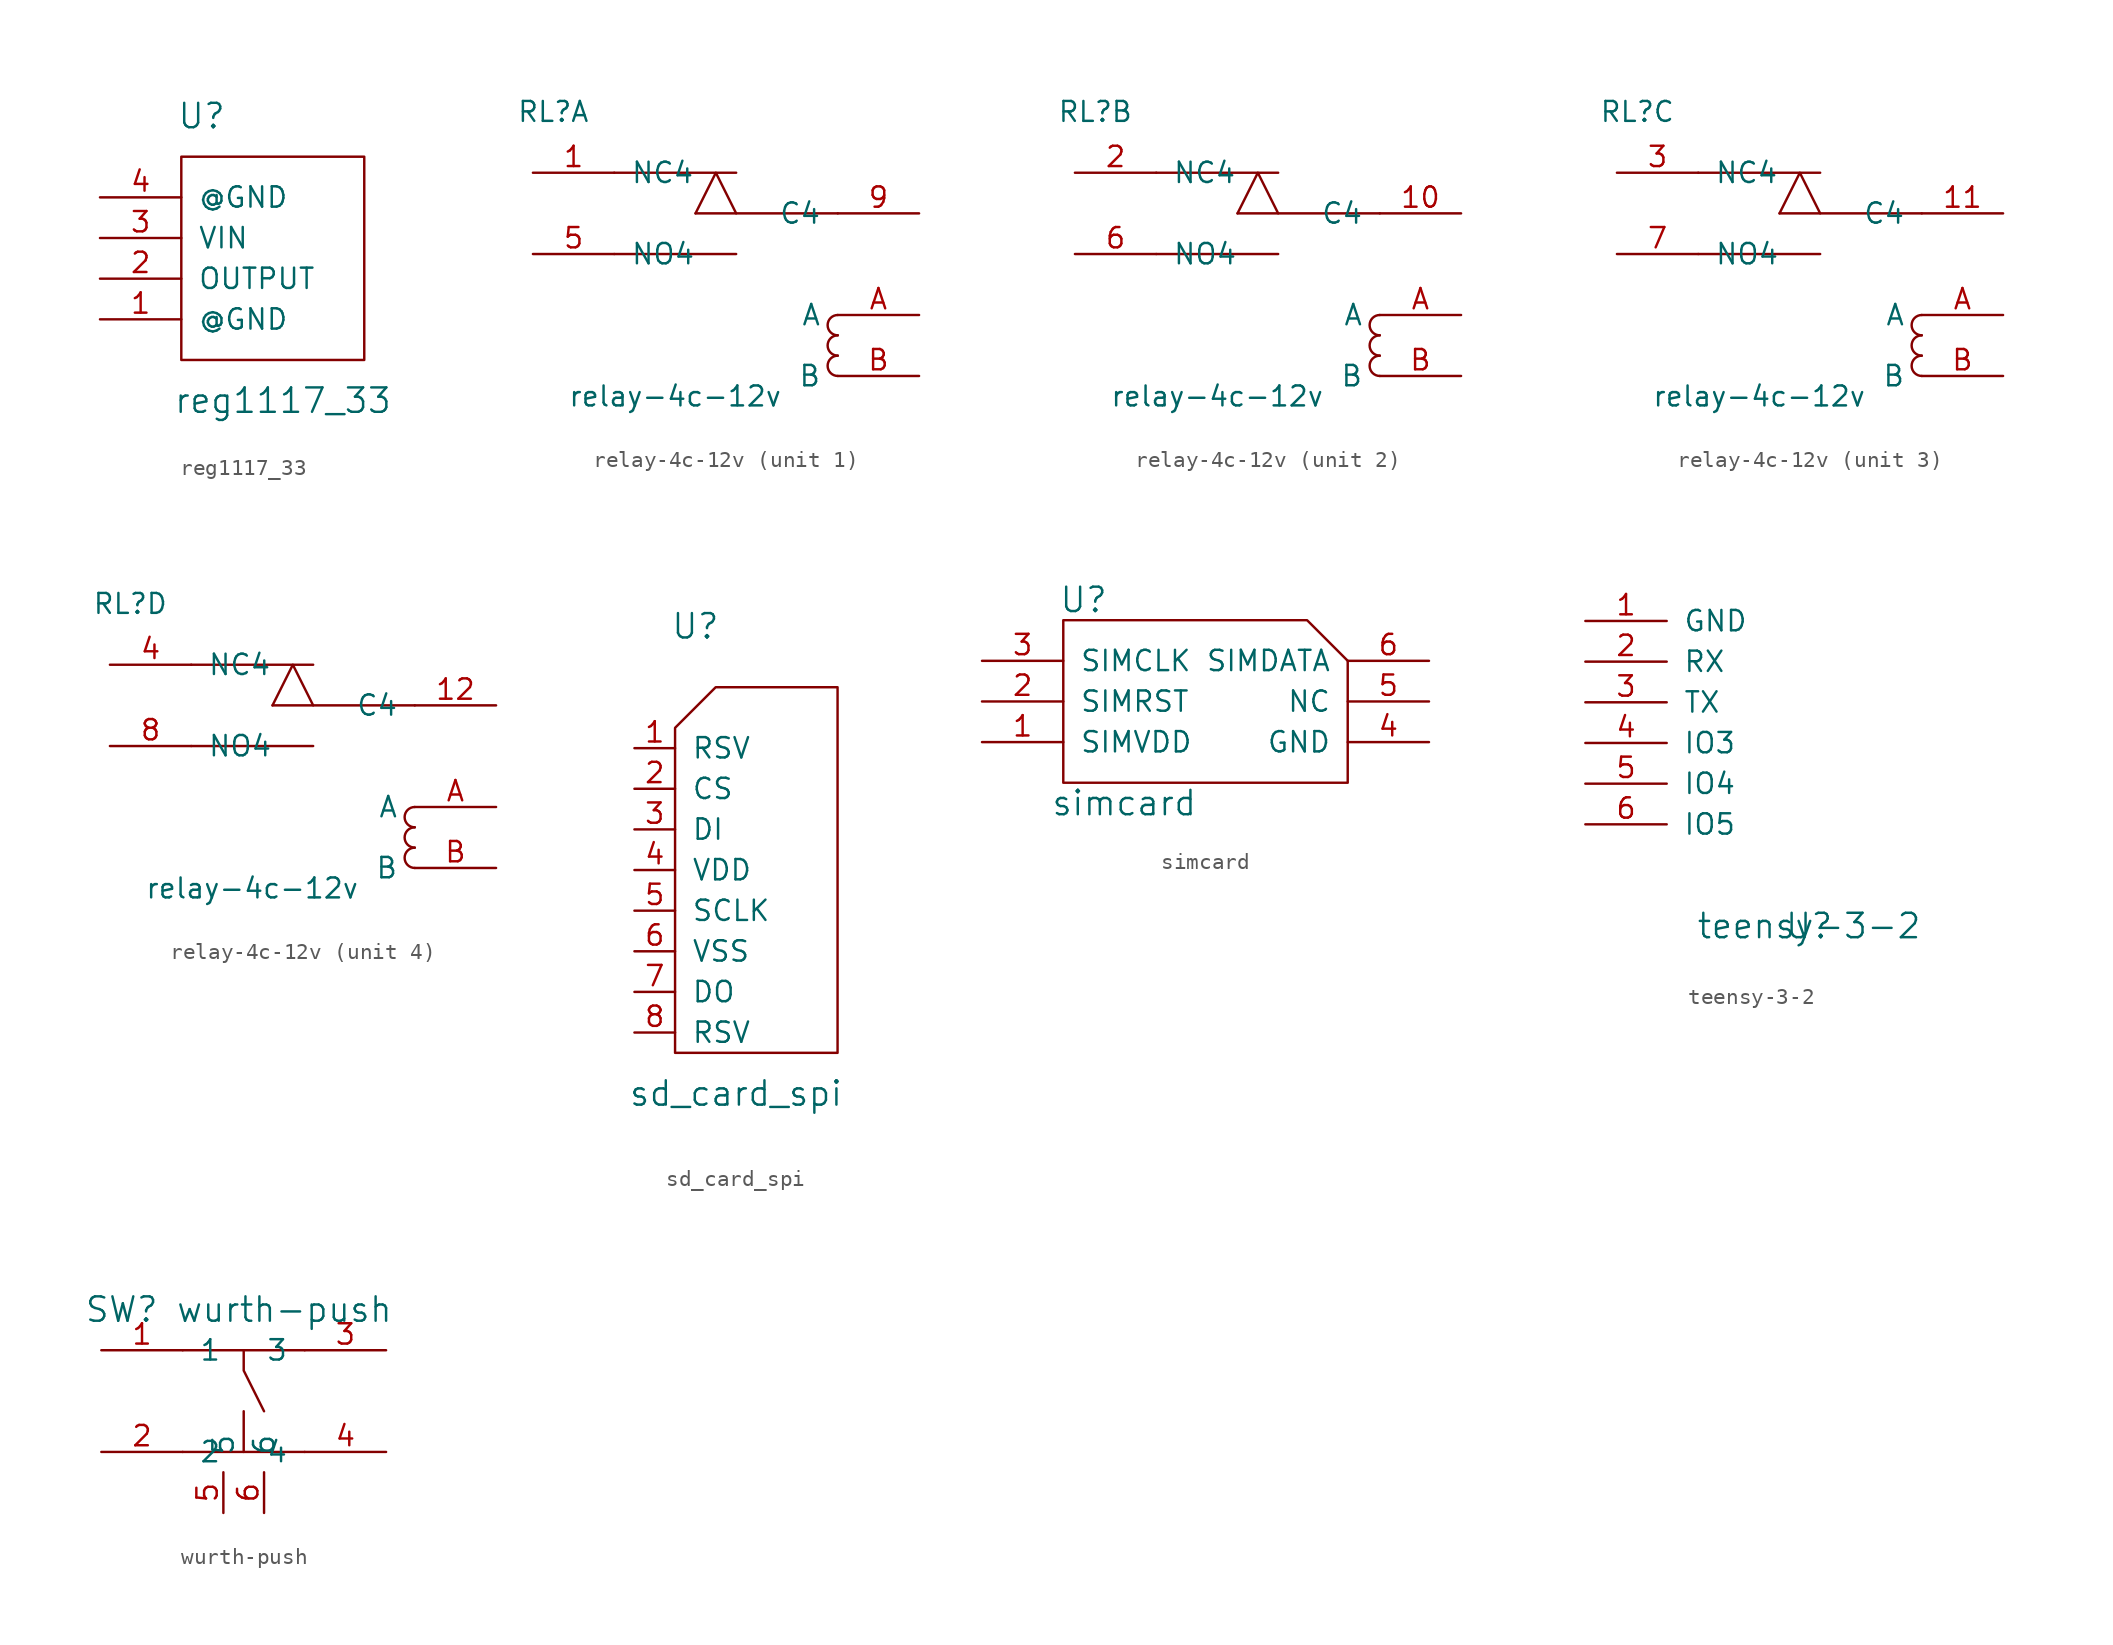
<source format=kicad_sym>
(kicad_symbol_lib
  (version 20211014)
  (generator kicad_symbol_editor)
  (symbol "reg1117_33"
    (pin_names
      (offset 1.016))
    (property "Reference" "U"
      (at -3.81 8.89 0)
      (effects (font (size 1.524 1.524))))
    (property "Value" "reg1117_33"
      (at 1.27 -8.89 0)
      (effects (font (size 1.524 1.524))))
    (property "Footprint" ""
      (at -2.54 -7.62 0)
      (effects (font (size 1.524 1.524))))
    (property "Datasheet" ""
      (at -2.54 -7.62 0)
      (effects (font (size 1.524 1.524))))
    (symbol "reg1117_33_0_1"
      (rectangle (start -5.08 6.35) (end 6.35 -6.35) (stroke (width 0) (type default) (color 0 0 0 0)) (fill (type none))))
    (symbol "reg1117_33_1_1"
      (pin power_in line (at -10.16 -3.81 0) (length 5.08) (name "@GND" (effects (font (size 1.27 1.27)))) (number "1" (effects (font (size 1.27 1.27)))))
      (pin output line (at -10.16 -1.27 0) (length 5.08) (name "OUTPUT" (effects (font (size 1.27 1.27)))) (number "2" (effects (font (size 1.27 1.27)))))
      (pin power_in line (at -10.16 1.27 0) (length 5.08) (name "VIN" (effects (font (size 1.27 1.27)))) (number "3" (effects (font (size 1.27 1.27)))))
      (pin power_in line (at -10.16 3.81 0) (length 5.08) (name "@GND" (effects (font (size 1.27 1.27)))) (number "4" (effects (font (size 1.27 1.27)))))))
  (symbol "relay-4c-12v"
    (pin_names
      (offset 1.016))
    (property "Reference" "RL"
      (at -10.16 16.51 0)
      (effects (font (size 1.245 1.245))))
    (property "Value" "relay-4c-12v"
      (at -2.54 -1.27 0)
      (effects (font (size 1.245 1.245))))
    (symbol "relay-4c-12v_0_1"
      (polyline (pts (xy -6.35 7.62) (xy 1.27 7.62)) (stroke (width 0) (type default) (color 0 0 0 0)) (fill (type none)))
      (polyline (pts (xy -6.35 12.7) (xy 1.27 12.7)) (stroke (width 0) (type default) (color 0 0 0 0)) (fill (type none)))
      (polyline (pts (xy 7.62 10.16) (xy -1.27 10.16)) (stroke (width 0) (type default) (color 0 0 0 0)) (fill (type none)))
      (polyline (pts (xy -1.27 10.16) (xy 0 12.7) (xy 1.27 10.16)) (stroke (width 0) (type default) (color 0 0 0 0)) (fill (type none)))
      (arc (start 7.62 1.27) (mid 6.985 0.635) (end 7.62 0) (stroke (width 0) (type default) (color 0 0 0 0)) (fill (type none)))
      (arc (start 7.62 2.54) (mid 6.985 1.905) (end 7.62 1.27) (stroke (width 0) (type default) (color 0 0 0 0)) (fill (type none)))
      (arc (start 7.62 3.81) (mid 6.985 3.175) (end 7.62 2.54) (stroke (width 0) (type default) (color 0 0 0 0)) (fill (type none)))
      (pin input line (at 12.7 3.81 180) (length 5.08) (name "A" (effects (font (size 1.27 1.27)))) (number "A" (effects (font (size 1.27 1.27)))))
      (pin input line (at 12.7 0 180) (length 5.08) (name "B" (effects (font (size 1.27 1.27)))) (number "B" (effects (font (size 1.27 1.27))))))
    (symbol "relay-4c-12v_1_1"
      (pin output line (at -11.43 12.7 0) (length 5.08) (name "NC4" (effects (font (size 1.27 1.27)))) (number "1" (effects (font (size 1.27 1.27)))))
      (pin output line (at -11.43 7.62 0) (length 5.08) (name "NO4" (effects (font (size 1.27 1.27)))) (number "5" (effects (font (size 1.27 1.27)))))
      (pin input line (at 12.7 10.16 180) (length 5.08) (name "C4" (effects (font (size 1.27 1.27)))) (number "9" (effects (font (size 1.27 1.27))))))
    (symbol "relay-4c-12v_2_1"
      (pin input line (at 12.7 10.16 180) (length 5.08) (name "C4" (effects (font (size 1.27 1.27)))) (number "10" (effects (font (size 1.27 1.27)))))
      (pin output line (at -11.43 12.7 0) (length 5.08) (name "NC4" (effects (font (size 1.27 1.27)))) (number "2" (effects (font (size 1.27 1.27)))))
      (pin output line (at -11.43 7.62 0) (length 5.08) (name "NO4" (effects (font (size 1.27 1.27)))) (number "6" (effects (font (size 1.27 1.27))))))
    (symbol "relay-4c-12v_3_1"
      (pin input line (at 12.7 10.16 180) (length 5.08) (name "C4" (effects (font (size 1.27 1.27)))) (number "11" (effects (font (size 1.27 1.27)))))
      (pin output line (at -11.43 12.7 0) (length 5.08) (name "NC4" (effects (font (size 1.27 1.27)))) (number "3" (effects (font (size 1.27 1.27)))))
      (pin output line (at -11.43 7.62 0) (length 5.08) (name "NO4" (effects (font (size 1.27 1.27)))) (number "7" (effects (font (size 1.27 1.27))))))
    (symbol "relay-4c-12v_4_1"
      (pin input line (at 12.7 10.16 180) (length 5.08) (name "C4" (effects (font (size 1.27 1.27)))) (number "12" (effects (font (size 1.27 1.27)))))
      (pin output line (at -11.43 12.7 0) (length 5.08) (name "NC4" (effects (font (size 1.27 1.27)))) (number "4" (effects (font (size 1.27 1.27)))))
      (pin output line (at -11.43 7.62 0) (length 5.08) (name "NO4" (effects (font (size 1.27 1.27)))) (number "8" (effects (font (size 1.27 1.27)))))))
  (symbol "sd_card_spi"
    (pin_names
      (offset 1.016))
    (property "Reference" "U"
      (at -3.81 26.67 0)
      (effects (font (size 1.524 1.524))))
    (property "Value" "sd_card_spi"
      (at -1.27 -2.54 0)
      (effects (font (size 1.524 1.524))))
    (symbol "sd_card_spi_0_1"
      (polyline (pts (xy -5.08 20.32) (xy -5.08 0) (xy 5.08 0) (xy 5.08 22.86) (xy -2.54 22.86) (xy -5.08 20.32)) (stroke (width 0) (type default) (color 0 0 0 0)) (fill (type none))))
    (symbol "sd_card_spi_1_1"
      (pin input line (at -7.62 19.05 0) (length 2.54) (name "RSV" (effects (font (size 1.27 1.27)))) (number "1" (effects (font (size 1.27 1.27)))))
      (pin input line (at -7.62 16.51 0) (length 2.54) (name "CS" (effects (font (size 1.27 1.27)))) (number "2" (effects (font (size 1.27 1.27)))))
      (pin input line (at -7.62 13.97 0) (length 2.54) (name "DI" (effects (font (size 1.27 1.27)))) (number "3" (effects (font (size 1.27 1.27)))))
      (pin input line (at -7.62 11.43 0) (length 2.54) (name "VDD" (effects (font (size 1.27 1.27)))) (number "4" (effects (font (size 1.27 1.27)))))
      (pin input line (at -7.62 8.89 0) (length 2.54) (name "SCLK" (effects (font (size 1.27 1.27)))) (number "5" (effects (font (size 1.27 1.27)))))
      (pin input line (at -7.62 6.35 0) (length 2.54) (name "VSS" (effects (font (size 1.27 1.27)))) (number "6" (effects (font (size 1.27 1.27)))))
      (pin input line (at -7.62 3.81 0) (length 2.54) (name "DO" (effects (font (size 1.27 1.27)))) (number "7" (effects (font (size 1.27 1.27)))))
      (pin input line (at -7.62 1.27 0) (length 2.54) (name "RSV" (effects (font (size 1.27 1.27)))) (number "8" (effects (font (size 1.27 1.27)))))))
  (symbol "simcard"
    (pin_names
      (offset 1.016))
    (property "Reference" "U"
      (at -7.62 11.43 0)
      (effects (font (size 1.524 1.524))))
    (property "Value" "simcard"
      (at -5.08 -1.27 0)
      (effects (font (size 1.524 1.524))))
    (symbol "simcard_0_1"
      (polyline (pts (xy -8.89 10.16) (xy -8.89 0) (xy 8.89 0) (xy 8.89 7.62) (xy 6.35 10.16) (xy -8.89 10.16)) (stroke (width 0) (type default) (color 0 0 0 0)) (fill (type none))))
    (symbol "simcard_1_1"
      (pin input line (at -13.97 2.54 0) (length 5.08) (name "SIMVDD" (effects (font (size 1.27 1.27)))) (number "1" (effects (font (size 1.27 1.27)))))
      (pin input line (at -13.97 5.08 0) (length 5.08) (name "SIMRST" (effects (font (size 1.27 1.27)))) (number "2" (effects (font (size 1.27 1.27)))))
      (pin input line (at -13.97 7.62 0) (length 5.08) (name "SIMCLK" (effects (font (size 1.27 1.27)))) (number "3" (effects (font (size 1.27 1.27)))))
      (pin input line (at 13.97 2.54 180) (length 5.08) (name "GND" (effects (font (size 1.27 1.27)))) (number "4" (effects (font (size 1.27 1.27)))))
      (pin input line (at 13.97 5.08 180) (length 5.08) (name "NC" (effects (font (size 1.27 1.27)))) (number "5" (effects (font (size 1.27 1.27)))))
      (pin input line (at 13.97 7.62 180) (length 5.08) (name "SIMDATA" (effects (font (size 1.27 1.27)))) (number "6" (effects (font (size 1.27 1.27)))))))
  (symbol "teensy-3-2"
    (pin_names
      (offset 1.016))
    (property "Reference" "U"
      (at 0 0 0)
      (effects (font (size 1.524 1.524))))
    (property "Value" "teensy-3-2"
      (at 0 0 0)
      (effects (font (size 1.524 1.524))))
    (property "Footprint" ""
      (at 0 0 0)
      (effects (font (size 1.524 1.524))))
    (property "Datasheet" ""
      (at 0 0 0)
      (effects (font (size 1.524 1.524))))
    (symbol "teensy-3-2_1_1"
      (pin input line (at -13.97 19.05 0) (length 5.08) (name "GND" (effects (font (size 1.27 1.27)))) (number "1" (effects (font (size 1.27 1.27)))))
      (pin input line (at -13.97 16.51 0) (length 5.08) (name "RX" (effects (font (size 1.27 1.27)))) (number "2" (effects (font (size 1.27 1.27)))))
      (pin input line (at -13.97 13.97 0) (length 5.08) (name "TX" (effects (font (size 1.27 1.27)))) (number "3" (effects (font (size 1.27 1.27)))))
      (pin input line (at -13.97 11.43 0) (length 5.08) (name "IO3" (effects (font (size 1.27 1.27)))) (number "4" (effects (font (size 1.27 1.27)))))
      (pin input line (at -13.97 8.89 0) (length 5.08) (name "IO4" (effects (font (size 1.27 1.27)))) (number "5" (effects (font (size 1.27 1.27)))))
      (pin input line (at -13.97 6.35 0) (length 5.08) (name "IO5" (effects (font (size 1.27 1.27)))) (number "6" (effects (font (size 1.27 1.27)))))))
  (symbol "wurth-push"
    (pin_names
      (offset 1.016))
    (property "Reference" "SW"
      (at -7.62 10.16 0)
      (effects (font (size 1.524 1.524))))
    (property "Value" "wurth-push"
      (at 2.54 10.16 0)
      (effects (font (size 1.524 1.524))))
    (symbol "wurth-push_0_1"
      (polyline (pts (xy -3.81 1.27) (xy 3.81 1.27)) (stroke (width 0) (type default) (color 0 0 0 0)) (fill (type none)))
      (polyline (pts (xy -3.81 7.62) (xy 3.81 7.62)) (stroke (width 0) (type default) (color 0 0 0 0)) (fill (type none)))
      (polyline (pts (xy 0 1.27) (xy 0 3.81)) (stroke (width 0) (type default) (color 0 0 0 0)) (fill (type none)))
      (polyline (pts (xy 0 7.62) (xy 0 6.35) (xy 1.27 3.81)) (stroke (width 0) (type default) (color 0 0 0 0)) (fill (type none))))
    (symbol "wurth-push_1_1"
      (pin input line (at -8.89 7.62 0) (length 5.08) (name "1" (effects (font (size 1.27 1.27)))) (number "1" (effects (font (size 1.27 1.27)))))
      (pin input line (at -8.89 1.27 0) (length 5.08) (name "2" (effects (font (size 1.27 1.27)))) (number "2" (effects (font (size 1.27 1.27)))))
      (pin input line (at 8.89 7.62 180) (length 5.08) (name "3" (effects (font (size 1.27 1.27)))) (number "3" (effects (font (size 1.27 1.27)))))
      (pin input line (at 8.89 1.27 180) (length 5.08) (name "4" (effects (font (size 1.27 1.27)))) (number "4" (effects (font (size 1.27 1.27)))))
      (pin input line (at -1.27 -2.54 90) (length 2.54) (name "5" (effects (font (size 1.27 1.27)))) (number "5" (effects (font (size 1.27 1.27)))))
      (pin input line (at 1.27 -2.54 90) (length 2.54) (name "6" (effects (font (size 1.27 1.27)))) (number "6" (effects (font (size 1.27 1.27))))))))
</source>
